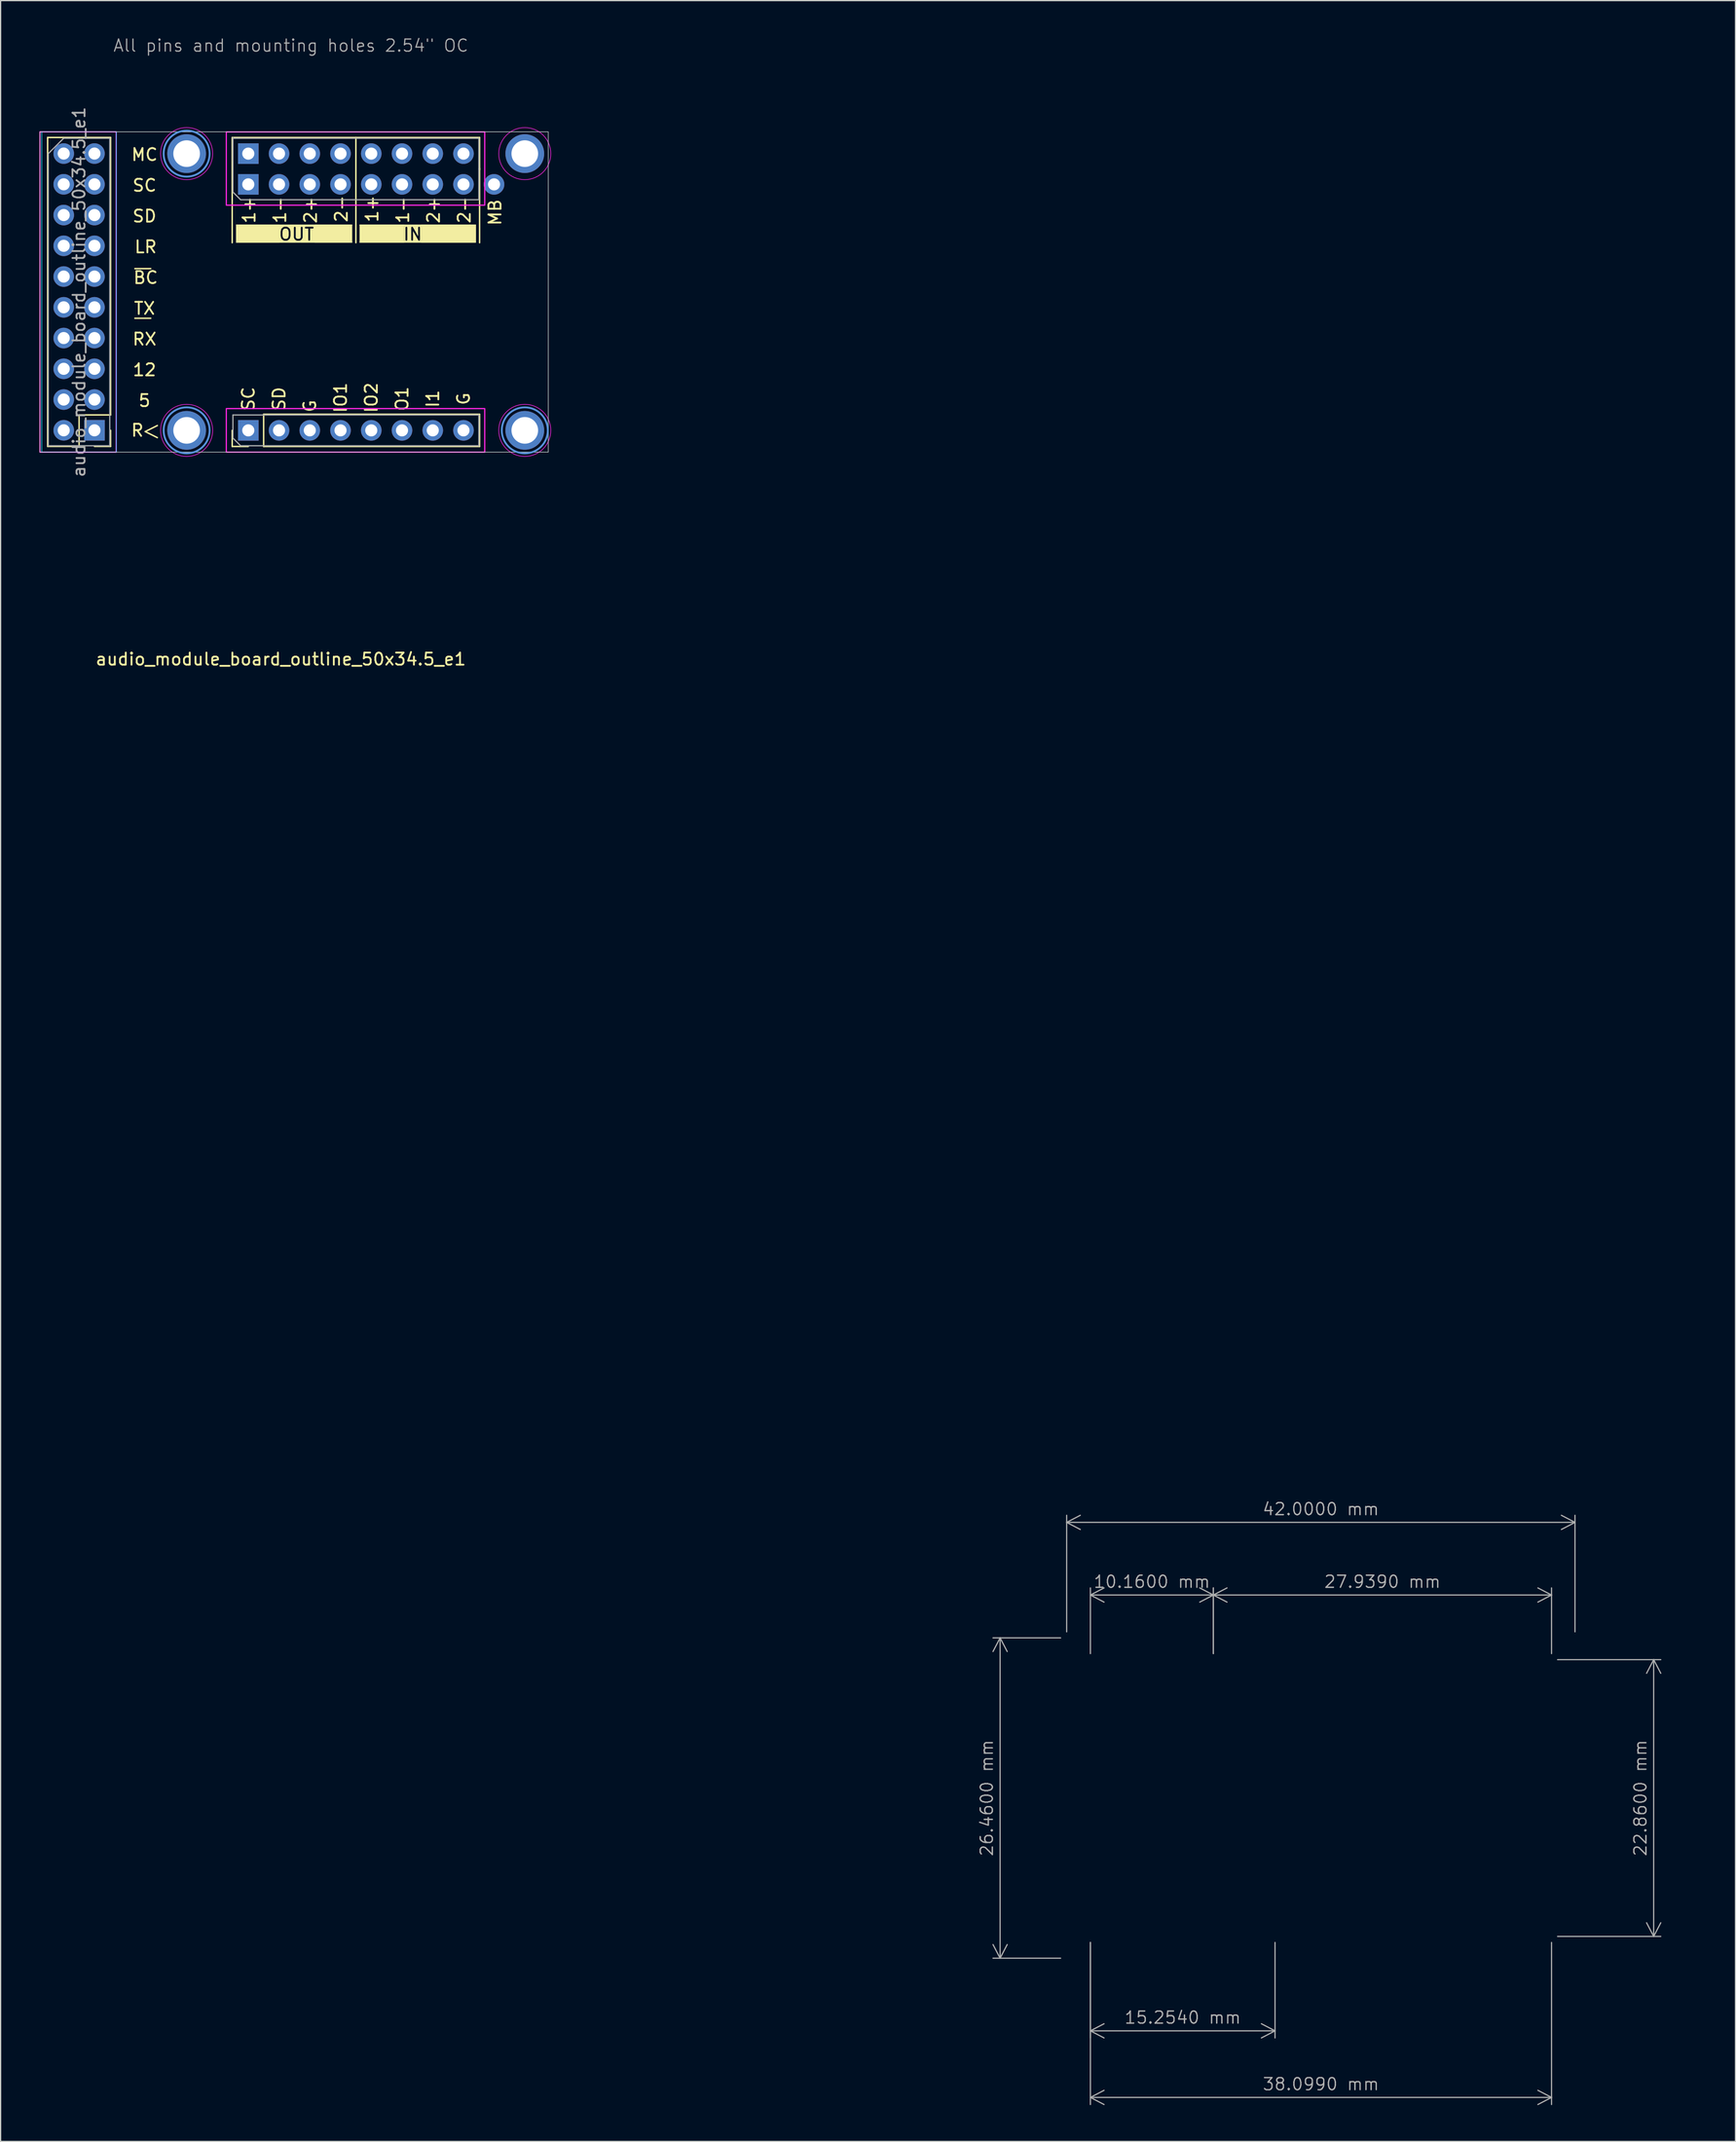
<source format=kicad_pcb>
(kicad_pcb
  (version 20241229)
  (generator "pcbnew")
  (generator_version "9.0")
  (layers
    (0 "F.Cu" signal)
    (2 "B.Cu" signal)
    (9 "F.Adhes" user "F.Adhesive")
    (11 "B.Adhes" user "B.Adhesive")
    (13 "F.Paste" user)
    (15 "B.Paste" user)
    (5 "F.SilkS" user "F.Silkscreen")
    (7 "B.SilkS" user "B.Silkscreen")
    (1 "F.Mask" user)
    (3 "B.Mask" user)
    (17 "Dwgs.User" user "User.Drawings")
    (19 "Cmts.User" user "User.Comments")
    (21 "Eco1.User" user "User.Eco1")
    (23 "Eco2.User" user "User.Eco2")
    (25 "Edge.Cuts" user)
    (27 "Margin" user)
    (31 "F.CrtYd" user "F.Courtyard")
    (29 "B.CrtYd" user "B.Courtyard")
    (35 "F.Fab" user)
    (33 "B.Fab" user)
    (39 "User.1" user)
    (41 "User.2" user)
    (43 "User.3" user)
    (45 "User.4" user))
  (footprint "audio_module_board_outline_50x34.5_e1"
    (layer "F.Cu")
    (at 0.25 34.3)
    (property "Reference" "audio_module_board_outline_50x34.5_e1" (at 19.9 17.1 180) (layer "F.SilkS") (effects (font (size 1 1) (thickness 0.15))))
    (attr through_hole dnp)
    (fp_line (start 0.635 -0.475) (end 0.635 -25.995) (stroke (width 0.12) (type solid)) (layer "F.SilkS"))
    (fp_line (start 3.235 -3.075) (end 3.235 -0.475) (stroke (width 0.12) (type solid)) (layer "F.SilkS"))
    (fp_line (start 3.235 -0.475) (end 0.635 -0.475) (stroke (width 0.12) (type solid)) (layer "F.SilkS"))
    (fp_line (start 5.835 -25.995) (end 0.635 -25.995) (stroke (width 0.12) (type solid)) (layer "F.SilkS"))
    (fp_line (start 5.835 -3.075) (end 3.235 -3.075) (stroke (width 0.12) (type solid)) (layer "F.SilkS"))
    (fp_line (start 5.835 -3.075) (end 5.835 -25.995) (stroke (width 0.12) (type solid)) (layer "F.SilkS"))
    (fp_line (start 5.835 -1.805) (end 5.835 -0.475) (stroke (width 0.12) (type solid)) (layer "F.SilkS"))
    (fp_line (start 5.835 -0.475) (end 4.505 -0.475) (stroke (width 0.12) (type solid)) (layer "F.SilkS"))
    (fp_line (start 7.845 -15.16) (end 9.155 -15.16) (stroke (width 0.12) (type solid)) (layer "F.SilkS"))
    (fp_line (start 8.7 -1.7) (end 9.7 -1.2) (stroke (width 0.12) (type solid)) (layer "F.SilkS"))
    (fp_line (start 9.155 -11.06) (end 7.845 -11.06) (stroke (width 0.12) (type solid)) (layer "F.SilkS"))
    (fp_line (start 9.7 -2.2) (end 8.7 -1.7) (stroke (width 0.12) (type solid)) (layer "F.SilkS"))
    (fp_line (start 15.885 -25.99) (end 36.325 -25.99) (stroke (width 0.12) (type solid)) (layer "F.SilkS"))
    (fp_line (start 15.885 -20.79) (end 15.885 -25.99) (stroke (width 0.12) (type solid)) (layer "F.SilkS"))
    (fp_line (start 15.885 -20.79) (end 15.885 -17.3) (stroke (width 0.12) (type solid)) (layer "F.SilkS"))
    (fp_line (start 15.885 -0.47) (end 15.885 -1.8) (stroke (width 0.12) (type solid)) (layer "F.SilkS"))
    (fp_line (start 17.215 -0.47) (end 15.885 -0.47) (stroke (width 0.12) (type solid)) (layer "F.SilkS"))
    (fp_line (start 18.485 -3.13) (end 36.325 -3.13) (stroke (width 0.12) (type solid)) (layer "F.SilkS"))
    (fp_line (start 18.485 -0.47) (end 18.485 -3.13) (stroke (width 0.12) (type solid)) (layer "F.SilkS"))
    (fp_line (start 18.485 -0.47) (end 36.325 -0.47) (stroke (width 0.12) (type solid)) (layer "F.SilkS"))
    (fp_line (start 26.105 -25.99) (end 26.105 -17.3) (stroke (width 0.12) (type solid)) (layer "F.SilkS"))
    (fp_line (start 36.325 -23.33) (end 36.325 -25.99) (stroke (width 0.12) (type solid)) (layer "F.SilkS"))
    (fp_line (start 36.325 -17.3) (end 36.325 -23.45) (stroke (width 0.12) (type solid)) (layer "F.SilkS"))
    (fp_line (start 36.325 -0.47) (end 36.325 -3.13) (stroke (width 0.12) (type solid)) (layer "F.SilkS"))
    (fp_rect (start 16.2 -18.8) (end 19.8 -17.3) (stroke (width 0) (type solid)) (fill yes) (layer "F.SilkS"))
    (fp_rect (start 16.2 -18.8) (end 25.8 -18.7) (stroke (width 0) (type solid)) (fill yes) (layer "F.SilkS"))
    (fp_rect (start 16.2 -17.4) (end 25.8 -17.3) (stroke (width 0) (type solid)) (fill yes) (layer "F.SilkS"))
    (fp_rect (start 22.7 -18.8) (end 25.8 -17.3) (stroke (width 0) (type solid)) (fill yes) (layer "F.SilkS"))
    (fp_rect (start 26.4 -18.8) (end 36 -18.7) (stroke (width 0) (type solid)) (fill yes) (layer "F.SilkS"))
    (fp_rect (start 26.4 -17.4) (end 36 -17.3) (stroke (width 0) (type solid)) (fill yes) (layer "F.SilkS"))
    (fp_rect (start 26.41 -18.8) (end 30.1 -17.3) (stroke (width 0) (type solid)) (fill yes) (layer "F.SilkS"))
    (fp_rect (start 31.5 -18.8) (end 36.03 -17.3) (stroke (width 0) (type solid)) (fill yes) (layer "F.SilkS"))
    (fp_circle (center 12.12 -24.66) (end 14.02 -24.66) (stroke (width 0.15) (type solid)) (fill no) (layer "Cmts.User"))
    (fp_circle (center 12.12 -1.8) (end 14.02 -1.8) (stroke (width 0.15) (type solid)) (fill no) (layer "Cmts.User"))
    (fp_circle (center 40.06 -1.8) (end 41.96 -1.8) (stroke (width 0.15) (type solid)) (fill no) (layer "Cmts.User"))
    (fp_rect (start 0 -26.46) (end 42 0) (stroke (width 0.05) (type default)) (fill no) (layer "Edge.Cuts"))
    (fp_rect (start 0.15 -26.46) (end 6.31 0) (stroke (width 0.05) (type default)) (fill no) (layer "B.CrtYd"))
    (fp_rect (start 0 -26.46) (end 6.3 0) (stroke (width 0.1) (type solid)) (fill no) (layer "F.CrtYd"))
    (fp_rect (start 15.4 -26.45) (end 36.75 -20.4) (stroke (width 0.1) (type solid)) (fill no) (layer "F.CrtYd"))
    (fp_rect (start 15.4 -3.6) (end 36.75 0) (stroke (width 0.1) (type solid)) (fill no) (layer "F.CrtYd"))
    (fp_circle (center 12.12 -24.66) (end 14.27 -24.66) (stroke (width 0.05) (type solid)) (fill no) (layer "F.CrtYd"))
    (fp_circle (center 12.12 -1.8) (end 14.27 -1.8) (stroke (width 0.05) (type solid)) (fill no) (layer "F.CrtYd"))
    (fp_circle (center 40.06 -24.66) (end 42.21 -24.66) (stroke (width 0.05) (type solid)) (fill no) (layer "F.CrtYd"))
    (fp_circle (center 40.06 -1.8) (end 42.21 -1.8) (stroke (width 0.05) (type solid)) (fill no) (layer "F.CrtYd"))
    (fp_line (start 0.69 -24.66) (end 1.96 -25.93) (stroke (width 0.1) (type solid)) (layer "F.Fab"))
    (fp_line (start 0.69 -0.53) (end 0.69 -24.66) (stroke (width 0.1) (type solid)) (layer "F.Fab"))
    (fp_line (start 1.96 -25.93) (end 5.77 -25.93) (stroke (width 0.1) (type solid)) (layer "F.Fab"))
    (fp_line (start 5.77 -25.93) (end 5.77 -0.53) (stroke (width 0.1) (type solid)) (layer "F.Fab"))
    (fp_line (start 5.77 -0.53) (end 0.69 -0.53) (stroke (width 0.1) (type solid)) (layer "F.Fab"))
    (fp_line (start 15.945 -25.93) (end 36.265 -25.93) (stroke (width 0.1) (type solid)) (layer "F.Fab"))
    (fp_line (start 15.945 -24.025) (end 15.945 -25.93) (stroke (width 0.1) (type solid)) (layer "F.Fab"))
    (fp_line (start 15.945 -21.485) (end 15.945 -25.99) (stroke (width 0.1) (type solid)) (layer "F.Fab"))
    (fp_line (start 15.945 -3.07) (end 36.265 -3.07) (stroke (width 0.1) (type solid)) (layer "F.Fab"))
    (fp_line (start 15.945 -1.165) (end 15.945 -3.07) (stroke (width 0.1) (type solid)) (layer "F.Fab"))
    (fp_line (start 16.58 -20.85) (end 15.945 -21.485) (stroke (width 0.1) (type solid)) (layer "F.Fab"))
    (fp_line (start 16.58 -0.53) (end 15.945 -1.165) (stroke (width 0.1) (type solid)) (layer "F.Fab"))
    (fp_line (start 36.265 -25.93) (end 36.265 -23.39) (stroke (width 0.1) (type solid)) (layer "F.Fab"))
    (fp_line (start 36.265 -23.39) (end 36.265 -20.85) (stroke (width 0.1) (type solid)) (layer "F.Fab"))
    (fp_line (start 36.265 -20.85) (end 16.58 -20.85) (stroke (width 0.1) (type solid)) (layer "F.Fab"))
    (fp_line (start 36.265 -3.07) (end 36.265 -0.53) (stroke (width 0.1) (type solid)) (layer "F.Fab"))
    (fp_line (start 36.265 -0.53) (end 16.58 -0.53) (stroke (width 0.1) (type solid)) (layer "F.Fab"))
    (fp_text user "SC" (at 8.64 -22.035 0) (unlocked yes) (layer "F.SilkS") (effects (font (size 1 1) (thickness 0.15))))
    (fp_text user "BC" (at 8.735 -14.415 0) (unlocked yes) (layer "F.SilkS") (effects (font (size 1 1) (thickness 0.15))))
    (fp_text user "2+" (at 32.52 -20.005 90) (unlocked yes) (layer "F.SilkS") (effects (font (size 1 1) (thickness 0.15))))
    (fp_text user "1-" (at 19.82 -20.005 90) (unlocked yes) (layer "F.SilkS") (effects (font (size 1 1) (thickness 0.15))))
    (fp_text user "RX" (at 8.64 -9.335 0) (unlocked yes) (layer "F.SilkS") (effects (font (size 1 1) (thickness 0.15))))
    (fp_text user "2+" (at 22.36 -20.005 90) (unlocked yes) (layer "F.SilkS") (effects (font (size 1 1) (thickness 0.15))))
    (fp_text user "SD" (at 8.64 -19.495 0) (unlocked yes) (layer "F.SilkS") (effects (font (size 1 1) (thickness 0.15))))
    (fp_text user "12" (at 8.64 -6.795 0) (unlocked yes) (layer "F.SilkS") (effects (font (size 1 1) (thickness 0.15))))
    (fp_text user "2-" (at 35.06 -20.005 90) (unlocked yes) (layer "F.SilkS") (effects (font (size 1 1) (thickness 0.15))))
    (fp_text user "MC" (at 8.64 -24.575 0) (unlocked yes) (layer "F.SilkS") (effects (font (size 1 1) (thickness 0.15))))
    (fp_text user "2-" (at 24.9 -20.1 90) (unlocked yes) (layer "F.SilkS") (effects (font (size 1 1) (thickness 0.15))))
    (fp_text user "1+" (at 27.44 -20.1 90) (unlocked yes) (layer "F.SilkS") (effects (font (size 1 1) (thickness 0.15))))
    (fp_text user "MB" (at 37.6 -19.8 90) (unlocked yes) (layer "F.SilkS") (effects (font (size 1 1) (thickness 0.15))))
    (fp_text user "IO2" (at 27.38 -4.5 90) (unlocked yes) (layer "F.SilkS") (effects (font (size 1 1) (thickness 0.15))))
    (fp_text user "O1" (at 29.92 -4.405 90) (unlocked yes) (layer "F.SilkS") (effects (font (size 1 1) (thickness 0.15))))
    (fp_text user "IN" (at 30.8 -18 0) (unlocked yes) (layer "F.SilkS" knockout) (effects (font (size 1 1) (thickness 0.15))))
    (fp_text user "R" (at 8.05 -1.8 0) (unlocked yes) (layer "F.SilkS") (effects (font (size 1 1) (thickness 0.15))))
    (fp_text user "SC" (at 17.22 -4.405 90) (unlocked yes) (layer "F.SilkS") (effects (font (size 1 1) (thickness 0.15))))
    (fp_text user "5" (at 8.64 -4.255 0) (unlocked yes) (layer "F.SilkS") (effects (font (size 1 1) (thickness 0.15))))
    (fp_text user "OUT" (at 21.2 -18 0) (unlocked yes) (layer "F.SilkS" knockout) (effects (font (size 1 1) (thickness 0.15))))
    (fp_text user "1+" (at 17.28 -20.005 90) (unlocked yes) (layer "F.SilkS") (effects (font (size 1 1) (thickness 0.15))))
    (fp_text user "I1" (at 32.46 -4.405 90) (unlocked yes) (layer "F.SilkS") (effects (font (size 1 1) (thickness 0.15))))
    (fp_text user "SD" (at 19.76 -4.405 90) (unlocked yes) (layer "F.SilkS") (effects (font (size 1 1) (thickness 0.15))))
    (fp_text user "1-" (at 29.98 -20.005 90) (unlocked yes) (layer "F.SilkS") (effects (font (size 1 1) (thickness 0.15))))
    (fp_text user "G" (at 22.3 -3.805 90) (unlocked yes) (layer "F.SilkS") (effects (font (size 1 1) (thickness 0.15))))
    (fp_text user "LR" (at 8.735 -16.955 0) (unlocked yes) (layer "F.SilkS") (effects (font (size 1 1) (thickness 0.15))))
    (fp_text user "TX" (at 8.64 -11.875 0) (unlocked yes) (layer "F.SilkS") (effects (font (size 1 1) (thickness 0.15))))
    (fp_text user "G" (at 35 -4.405 90) (unlocked yes) (layer "F.SilkS") (effects (font (size 1 1) (thickness 0.15))))
    (fp_text user "IO1" (at 24.84 -4.5 90) (unlocked yes) (layer "F.SilkS") (effects (font (size 1 1) (thickness 0.15))))
    (fp_text user "All pins and mounting holes 2.54\" OC" (at 6 -33 0) (unlocked yes) (layer "F.Fab") (effects (font (size 1 1) (thickness 0.1)) (justify left bottom)))
    (fp_text user "${REFERENCE}" (at 3.23 -13.23 90) (layer "F.Fab") (effects (font (size 1 1) (thickness 0.15))))
    (dimension (type orthogonal) (layer "F.Fab") (pts (xy 87.043 156.905) (xy 125.142 156.905)) (height 13.3) (orientation 0) (format (prefix "") (suffix "") (units 3) (units_format 1) (precision 4)) (style (thickness 0.1) (arrow_length 1.27) (text_position_mode 0) (arrow_direction outward) (extension_height 0.586) (extension_offset 0.5) (keep_text_aligned yes)) (gr_text "38.1000 mm" (at 106.093 169.105 0) (layer "F.Fab") (effects (font (size 1 1) (thickness 0.1)))))
    (dimension (type orthogonal) (layer "F.Fab") (pts (xy 125.142 134.045) (xy 125.142 156.905)) (height 8.44) (orientation 1) (format (prefix "") (suffix "") (units 3) (units_format 1) (precision 4)) (style (thickness 0.1) (arrow_length 1.27) (text_position_mode 0) (arrow_direction outward) (extension_height 0.586) (extension_offset 0.5) (keep_text_aligned yes)) (gr_text "22.8600 mm" (at 132.482 145.475 90) (layer "F.Fab") (effects (font (size 1 1) (thickness 0.1)))))
    (dimension (type orthogonal) (layer "F.Fab") (pts (xy 87.043 156.905) (xy 102.297 156.905)) (height 7.8) (orientation 0) (format (prefix "") (suffix "") (units 3) (units_format 1) (precision 4)) (style (thickness 0.1) (arrow_length 1.27) (text_position_mode 0) (arrow_direction outward) (extension_height 0.586) (extension_offset 0.5) (keep_text_aligned yes)) (gr_text "15.2550 mm" (at 94.67 163.605 0) (layer "F.Fab") (effects (font (size 1 1) (thickness 0.1)))))
    (dimension (type orthogonal) (layer "F.Fab") (pts (xy 87.043 134.045) (xy 97.203 134.045)) (height -5.34) (orientation 0) (format (prefix "") (suffix "") (units 3) (units_format 1) (precision 4)) (style (thickness 0.1) (arrow_length 1.27) (text_position_mode 0) (arrow_direction outward) (extension_height 0.586) (extension_offset 0.5) (keep_text_aligned yes)) (gr_text "10.1600 mm" (at 92.123 127.605 0) (layer "F.Fab") (effects (font (size 1 1) (thickness 0.1)))))
    (dimension (type orthogonal) (layer "F.Fab") (pts (xy 85.082 132.245) (xy 85.082 158.705)) (height -5.5) (orientation 1) (format (prefix "") (suffix "") (units 3) (units_format 1) (precision 4)) (style (thickness 0.1) (arrow_length 1.27) (text_position_mode 0) (arrow_direction outward) (extension_height 0.586) (extension_offset 0.5) (keep_text_aligned yes)) (gr_text "26.4600 mm" (at 78.483 145.475 90) (layer "F.Fab") (effects (font (size 1 1) (thickness 0.1)))))
    (dimension (type orthogonal) (layer "F.Fab") (pts (xy 85.082 132.245) (xy 127.082 132.245)) (height -9.54) (orientation 0) (format (prefix "") (suffix "") (units 3) (units_format 1) (precision 4)) (style (thickness 0.1) (arrow_length 1.27) (text_position_mode 0) (arrow_direction outward) (extension_height 0.586) (extension_offset 0.5) (keep_text_aligned yes)) (gr_text "42.0000 mm" (at 106.082 121.605 0) (layer "F.Fab") (effects (font (size 1 1) (thickness 0.1)))))
    (dimension (type orthogonal) (layer "F.Fab") (pts (xy 97.203 134.045) (xy 125.142 134.045)) (height -5.34) (orientation 0) (format (prefix "") (suffix "") (units 3) (units_format 1) (precision 4)) (style (thickness 0.1) (arrow_length 1.27) (text_position_mode 0) (arrow_direction outward) (extension_height 0.586) (extension_offset 0.5) (keep_text_aligned yes)) (gr_text "27.9400 mm" (at 111.172 127.605 0) (layer "F.Fab") (effects (font (size 1 1) (thickness 0.1)))))
    (pad "1" thru_hole rect (at 4.505 -1.805 180) (size 1.7 1.7) (drill 1) (layers "*.Cu" "*.Mask"))
    (pad "2" thru_hole oval (at 1.965 -1.805 180) (size 1.7 1.7) (drill 1) (layers "*.Cu" "*.Mask"))
    (pad "3" thru_hole oval (at 4.505 -4.345 180) (size 1.7 1.7) (drill 1) (layers "*.Cu" "*.Mask"))
    (pad "4" thru_hole oval (at 1.965 -4.345 180) (size 1.7 1.7) (drill 1) (layers "*.Cu" "*.Mask"))
    (pad "5" thru_hole oval (at 4.505 -6.885 180) (size 1.7 1.7) (drill 1) (layers "*.Cu" "*.Mask"))
    (pad "6" thru_hole oval (at 1.965 -6.885 180) (size 1.7 1.7) (drill 1) (layers "*.Cu" "*.Mask"))
    (pad "7" thru_hole oval (at 4.505 -9.425 180) (size 1.7 1.7) (drill 1) (layers "*.Cu" "*.Mask"))
    (pad "8" thru_hole oval (at 1.965 -9.425 180) (size 1.7 1.7) (drill 1) (layers "*.Cu" "*.Mask"))
    (pad "9" thru_hole oval (at 4.505 -11.965 180) (size 1.7 1.7) (drill 1) (layers "*.Cu" "*.Mask"))
    (pad "10" thru_hole oval (at 1.965 -11.965 180) (size 1.7 1.7) (drill 1) (layers "*.Cu" "*.Mask"))
    (pad "11" thru_hole oval (at 4.505 -14.505 180) (size 1.7 1.7) (drill 1) (layers "*.Cu" "*.Mask"))
    (pad "12" thru_hole oval (at 1.965 -14.505 90) (size 1.7 1.7) (drill 1) (layers "*.Cu" "*.Mask"))
    (pad "13" thru_hole oval (at 4.505 -17.045 180) (size 1.7 1.7) (drill 1) (layers "*.Cu" "*.Mask"))
    (pad "14" thru_hole oval (at 1.965 -17.045 180) (size 1.7 1.7) (drill 1) (layers "*.Cu" "*.Mask"))
    (pad "15" thru_hole oval (at 4.505 -19.585 180) (size 1.7 1.7) (drill 1) (layers "*.Cu" "*.Mask"))
    (pad "16" thru_hole oval (at 1.965 -19.585 180) (size 1.7 1.7) (drill 1) (layers "*.Cu" "*.Mask"))
    (pad "17" thru_hole oval (at 4.505 -22.125 180) (size 1.7 1.7) (drill 1) (layers "*.Cu" "*.Mask"))
    (pad "18" thru_hole oval (at 1.965 -22.125 180) (size 1.7 1.7) (drill 1) (layers "*.Cu" "*.Mask"))
    (pad "19" thru_hole oval (at 4.505 -24.665 180) (size 1.7 1.7) (drill 1) (layers "*.Cu" "*.Mask"))
    (pad "20" thru_hole oval (at 1.965 -24.665 180) (size 1.7 1.7) (drill 1) (layers "*.Cu" "*.Mask"))
    (pad "21" thru_hole rect (at 17.215 -22.12 90) (size 1.7 1.7) (drill 1) (layers "*.Cu" "*.Mask"))
    (pad "22" thru_hole rect (at 17.215 -24.66 90) (size 1.7 1.7) (drill 1) (layers "*.Cu" "*.Mask"))
    (pad "23" thru_hole oval (at 19.755 -22.12 90) (size 1.7 1.7) (drill 1) (layers "*.Cu" "*.Mask"))
    (pad "24" thru_hole oval (at 19.755 -24.66 90) (size 1.7 1.7) (drill 1) (layers "*.Cu" "*.Mask"))
    (pad "25" thru_hole oval (at 22.295 -22.12 90) (size 1.7 1.7) (drill 1) (layers "*.Cu" "*.Mask"))
    (pad "26" thru_hole oval (at 22.295 -24.66 90) (size 1.7 1.7) (drill 1) (layers "*.Cu" "*.Mask"))
    (pad "27" thru_hole oval (at 24.835 -22.12 90) (size 1.7 1.7) (drill 1) (layers "*.Cu" "*.Mask"))
    (pad "28" thru_hole oval (at 24.835 -24.66 90) (size 1.7 1.7) (drill 1) (layers "*.Cu" "*.Mask"))
    (pad "29" thru_hole oval (at 27.375 -22.12 90) (size 1.7 1.7) (drill 1) (layers "*.Cu" "*.Mask"))
    (pad "30" thru_hole oval (at 27.375 -24.66 90) (size 1.7 1.7) (drill 1) (layers "*.Cu" "*.Mask"))
    (pad "31" thru_hole oval (at 29.915 -22.12 90) (size 1.7 1.7) (drill 1) (layers "*.Cu" "*.Mask"))
    (pad "32" thru_hole oval (at 29.915 -24.66 90) (size 1.7 1.7) (drill 1) (layers "*.Cu" "*.Mask"))
    (pad "33" thru_hole oval (at 32.455 -22.12 90) (size 1.7 1.7) (drill 1) (layers "*.Cu" "*.Mask"))
    (pad "34" thru_hole oval (at 32.455 -24.66 90) (size 1.7 1.7) (drill 1) (layers "*.Cu" "*.Mask"))
    (pad "35" thru_hole oval (at 34.995 -22.12 90) (size 1.7 1.7) (drill 1) (layers "*.Cu" "*.Mask"))
    (pad "36" thru_hole oval (at 34.995 -24.66 90) (size 1.7 1.7) (drill 1) (layers "*.Cu" "*.Mask"))
    (pad "37" thru_hole rect (at 17.215 -1.8 90) (size 1.7 1.7) (drill 1) (layers "*.Cu" "*.Mask"))
    (pad "38" thru_hole oval (at 19.755 -1.8 90) (size 1.7 1.7) (drill 1) (layers "*.Cu" "*.Mask"))
    (pad "39" thru_hole oval (at 22.295 -1.8 90) (size 1.7 1.7) (drill 1) (layers "*.Cu" "*.Mask"))
    (pad "40" thru_hole oval (at 24.835 -1.8 90) (size 1.7 1.7) (drill 1) (layers "*.Cu" "*.Mask"))
    (pad "41" thru_hole oval (at 27.375 -1.8 90) (size 1.7 1.7) (drill 1) (layers "*.Cu" "*.Mask"))
    (pad "42" thru_hole oval (at 29.915 -1.8 90) (size 1.7 1.7) (drill 1) (layers "*.Cu" "*.Mask"))
    (pad "43" thru_hole oval (at 32.455 -1.8 90) (size 1.7 1.7) (drill 1) (layers "*.Cu" "*.Mask"))
    (pad "44" thru_hole oval (at 34.995 -1.8 90) (size 1.7 1.7) (drill 1) (layers "*.Cu" "*.Mask"))
    (pad "48" thru_hole oval (at 37.52 -22.12 90) (size 1.7 1.7) (drill 1) (layers "*.Cu" "*.Mask"))
    (pad "49" thru_hole circle (at 12.12 -24.66) (size 3.2 3.2) (drill 2.2) (layers "*.Cu" "*.Mask"))
    (pad "50" thru_hole circle (at 40.06 -24.66) (size 3.2 3.2) (drill 2.2) (layers "*.Cu" "*.Mask"))
    (pad "51" thru_hole circle (at 12.12 -1.8) (size 3.2 3.2) (drill 2.2) (layers "*.Cu" "*.Mask"))
    (pad "52" thru_hole circle (at 40.06 -1.8) (size 3.2 3.2) (drill 2.2) (layers "*.Cu" "*.Mask")))
  (gr_rect
    (start -3 -3)
    (end 140.342 173.841)
    (stroke (width 0.1) (type default))
    (fill no)
    (layer "Edge.Cuts")))
</source>
